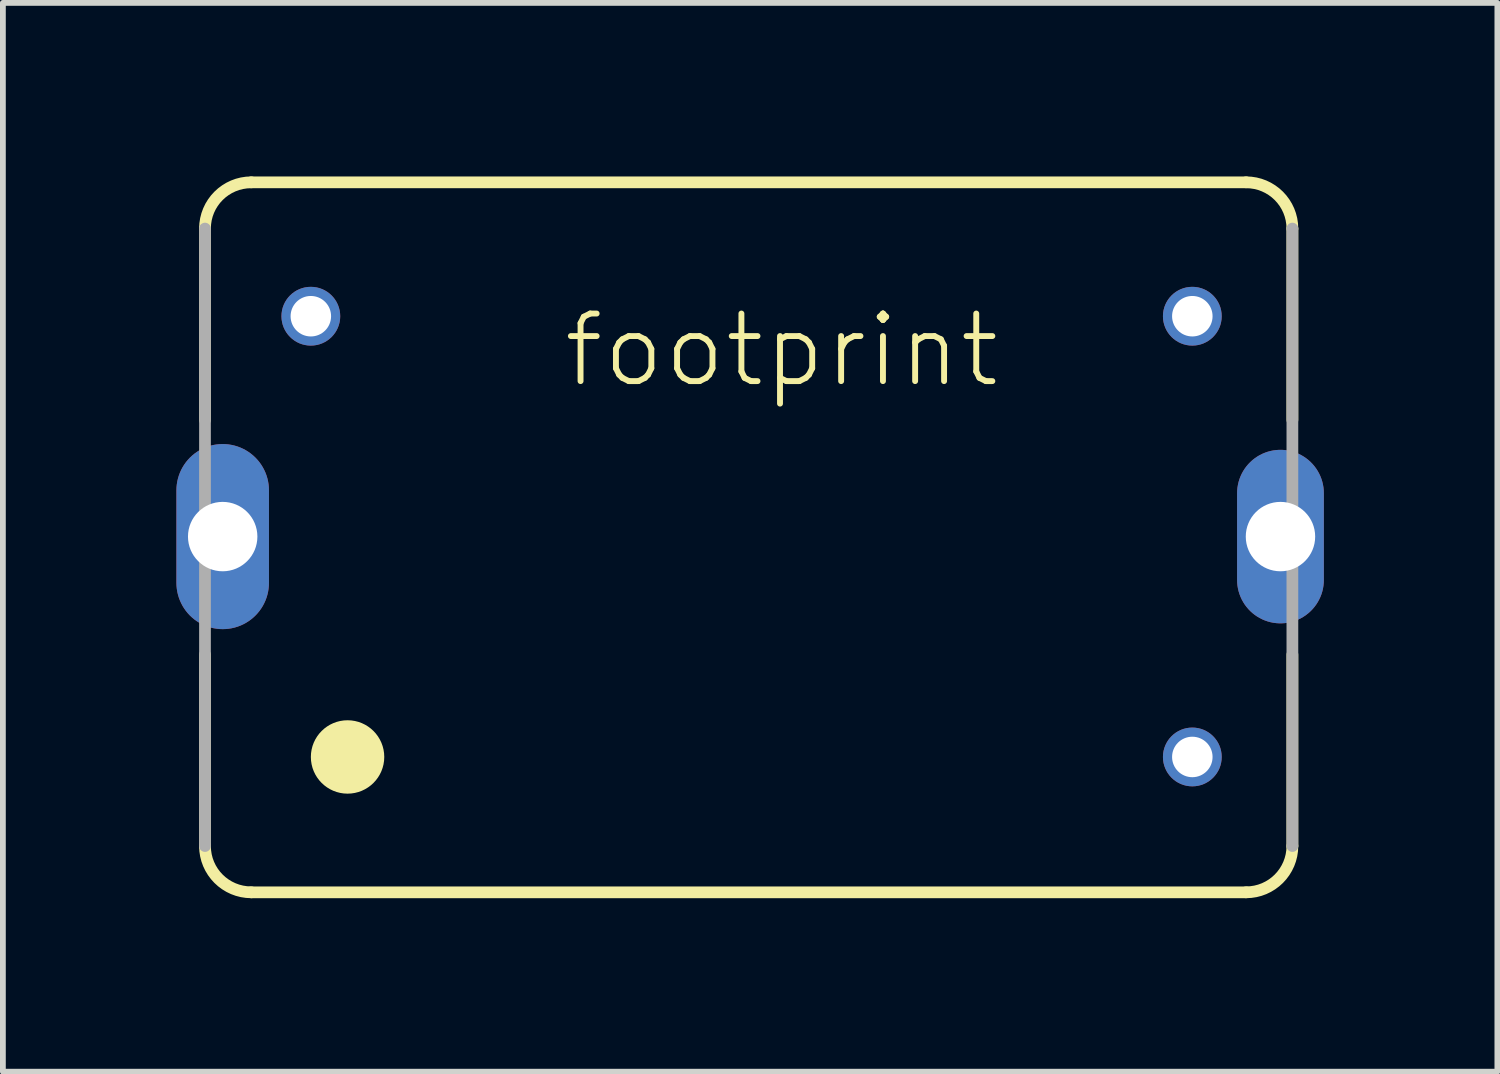
<source format=kicad_pcb>
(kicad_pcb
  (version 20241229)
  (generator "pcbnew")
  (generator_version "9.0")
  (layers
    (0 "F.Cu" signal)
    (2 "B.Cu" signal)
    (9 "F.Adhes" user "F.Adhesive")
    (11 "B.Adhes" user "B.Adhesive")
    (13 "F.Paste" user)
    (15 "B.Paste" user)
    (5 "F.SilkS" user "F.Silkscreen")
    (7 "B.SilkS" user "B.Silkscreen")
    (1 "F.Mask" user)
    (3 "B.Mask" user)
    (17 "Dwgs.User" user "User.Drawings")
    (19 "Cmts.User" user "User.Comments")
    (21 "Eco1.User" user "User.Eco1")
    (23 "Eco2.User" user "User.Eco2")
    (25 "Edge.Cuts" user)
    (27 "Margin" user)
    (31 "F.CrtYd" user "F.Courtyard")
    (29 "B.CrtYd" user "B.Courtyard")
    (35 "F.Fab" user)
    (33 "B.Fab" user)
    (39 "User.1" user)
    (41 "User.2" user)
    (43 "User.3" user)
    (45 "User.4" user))
  (footprint "footprint"
    (layer "F.Cu")
    (at 9.944 6.227)
    (property "Reference" "footprint" (at -3.302 -2.54 0) (layer "F.SilkS") (effects (font (size 1.168 1.168) (thickness 0.102)) (justify left bottom)))
    (fp_line (start -9.45 -2.016) (end -9.45 -5.325) (stroke (width 0.203) (type solid)) (layer "F.SilkS"))
    (fp_line (start -9.45 5.35) (end -9.45 2.041) (stroke (width 0.203) (type solid)) (layer "F.SilkS"))
    (fp_line (start -8.65 -6.125) (end 8.55 -6.125) (stroke (width 0.203) (type solid)) (layer "F.SilkS"))
    (fp_line (start 8.55 6.15) (end -8.65 6.15) (stroke (width 0.203) (type solid)) (layer "F.SilkS"))
    (fp_line (start 9.35 -5.325) (end 9.35 -2.016) (stroke (width 0.203) (type solid)) (layer "F.SilkS"))
    (fp_line (start 9.35 2.041) (end 9.35 5.35) (stroke (width 0.203) (type solid)) (layer "F.SilkS"))
    (fp_arc (start -9.45 -5.325) (mid -9.215685 -5.890685) (end -8.65 -6.125) (stroke (width 0.2032) (type solid)) (layer "F.SilkS"))
    (fp_arc (start -8.65 6.15) (mid -9.215685 5.915685) (end -9.45 5.35) (stroke (width 0.2032) (type solid)) (layer "F.SilkS"))
    (fp_arc (start 8.55 -6.125) (mid 9.115685 -5.890685) (end 9.35 -5.325) (stroke (width 0.2032) (type solid)) (layer "F.SilkS"))
    (fp_arc (start 9.35 5.35) (mid 9.115685 5.915685) (end 8.55 6.15) (stroke (width 0.2032) (type solid)) (layer "F.SilkS"))
    (fp_circle (center -6.985 3.81) (end -6.668 3.81) (stroke (width 0.635) (type solid)) (fill yes) (layer "F.SilkS"))
    (fp_line (start -9.45 5.35) (end -9.45 -5.325) (stroke (width 0.203) (type solid)) (layer "F.Fab"))
    (fp_line (start 9.35 -5.325) (end 9.35 5.35) (stroke (width 0.203) (type solid)) (layer "F.Fab"))
    (pad "7" thru_hole circle (at 7.62 3.81) (size 1.016 1.016) (drill 0.7) (layers "*.Cu" "*.Mask"))
    (pad "8" thru_hole circle (at 7.62 -3.81) (size 1.016 1.016) (drill 0.7) (layers "*.Cu" "*.Mask"))
    (pad "14" thru_hole circle (at -7.62 -3.81) (size 1.016 1.016) (drill 0.7) (layers "*.Cu" "*.Mask"))
    (pad "S@1" thru_hole oval (at -9.144 0 90) (size 3.2 1.6) (drill 1.2) (layers "*.Cu" "*.Mask"))
    (pad "S@2" thru_hole oval (at 9.144 0 90) (size 3 1.5) (drill 1.2) (layers "*.Cu" "*.Mask")))
  (gr_rect
    (start -3 -3)
    (end 22.838 15.478)
    (stroke (width 0.1) (type default))
    (fill no)
    (layer "Edge.Cuts")))
</source>
